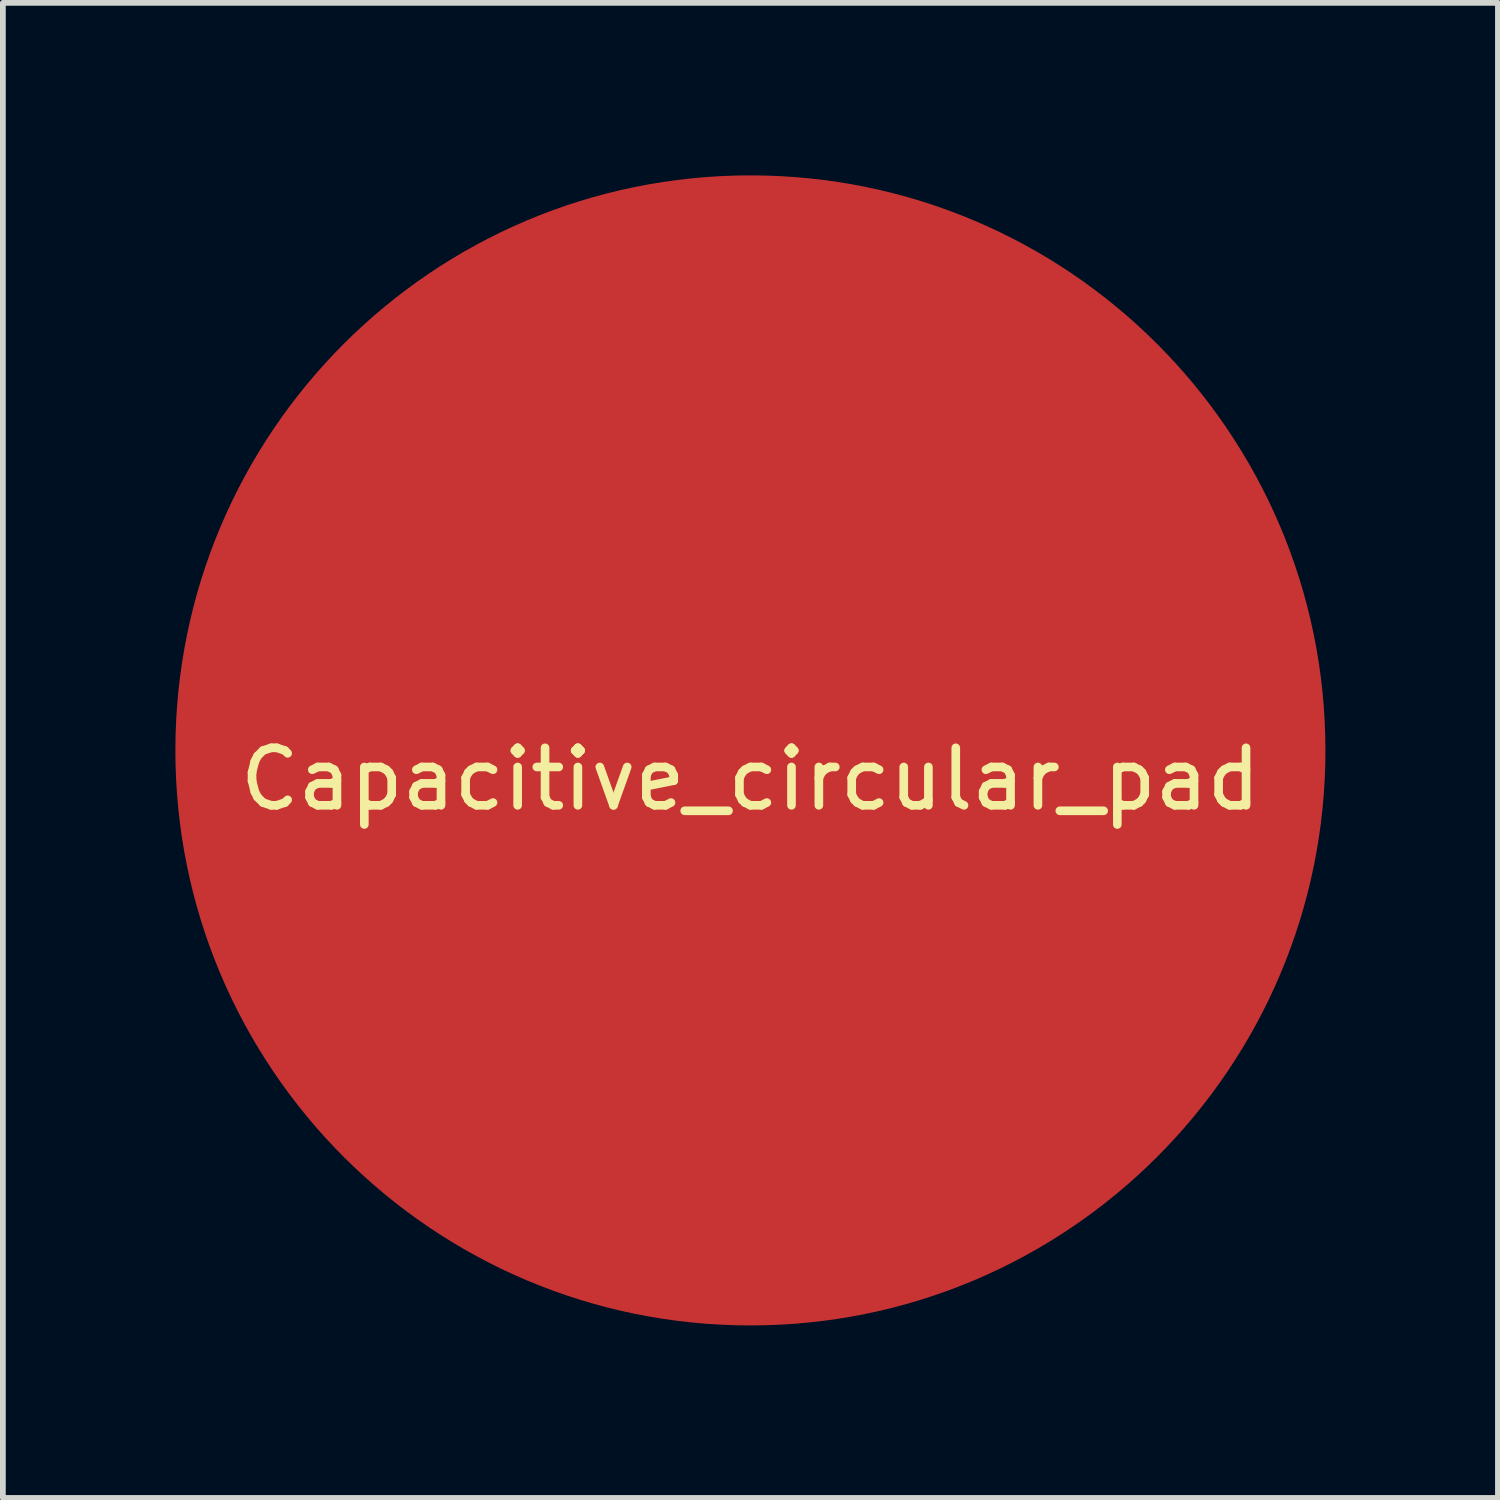
<source format=kicad_pcb>
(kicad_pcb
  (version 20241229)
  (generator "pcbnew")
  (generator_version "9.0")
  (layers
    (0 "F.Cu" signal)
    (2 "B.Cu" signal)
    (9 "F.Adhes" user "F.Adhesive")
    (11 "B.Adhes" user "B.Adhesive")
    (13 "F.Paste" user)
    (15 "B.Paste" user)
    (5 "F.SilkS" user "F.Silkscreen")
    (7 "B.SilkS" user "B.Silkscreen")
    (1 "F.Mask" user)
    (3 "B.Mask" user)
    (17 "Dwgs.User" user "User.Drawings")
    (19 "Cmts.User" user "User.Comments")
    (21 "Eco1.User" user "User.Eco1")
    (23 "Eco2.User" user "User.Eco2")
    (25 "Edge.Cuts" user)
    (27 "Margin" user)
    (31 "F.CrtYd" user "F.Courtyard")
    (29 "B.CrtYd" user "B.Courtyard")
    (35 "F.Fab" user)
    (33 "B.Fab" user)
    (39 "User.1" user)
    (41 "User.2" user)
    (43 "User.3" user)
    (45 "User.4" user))
  (footprint "Capacitive_circular_pad"
    (layer "F.Cu")
    (at 10 10)
    (property "Reference" "Capacitive_circular_pad" (at 0 0.5 0) (layer "F.SilkS") (effects (font (size 1 1) (thickness 0.15))))
    (attr through_hole)
    (pad "1" smd circle (at 0 0) (size 20 20) (layers "F.Cu" "F.Paste")))
  (gr_rect
    (start -3 -3)
    (end 23 23)
    (stroke (width 0.1) (type default))
    (fill no)
    (layer "Edge.Cuts")))
</source>
